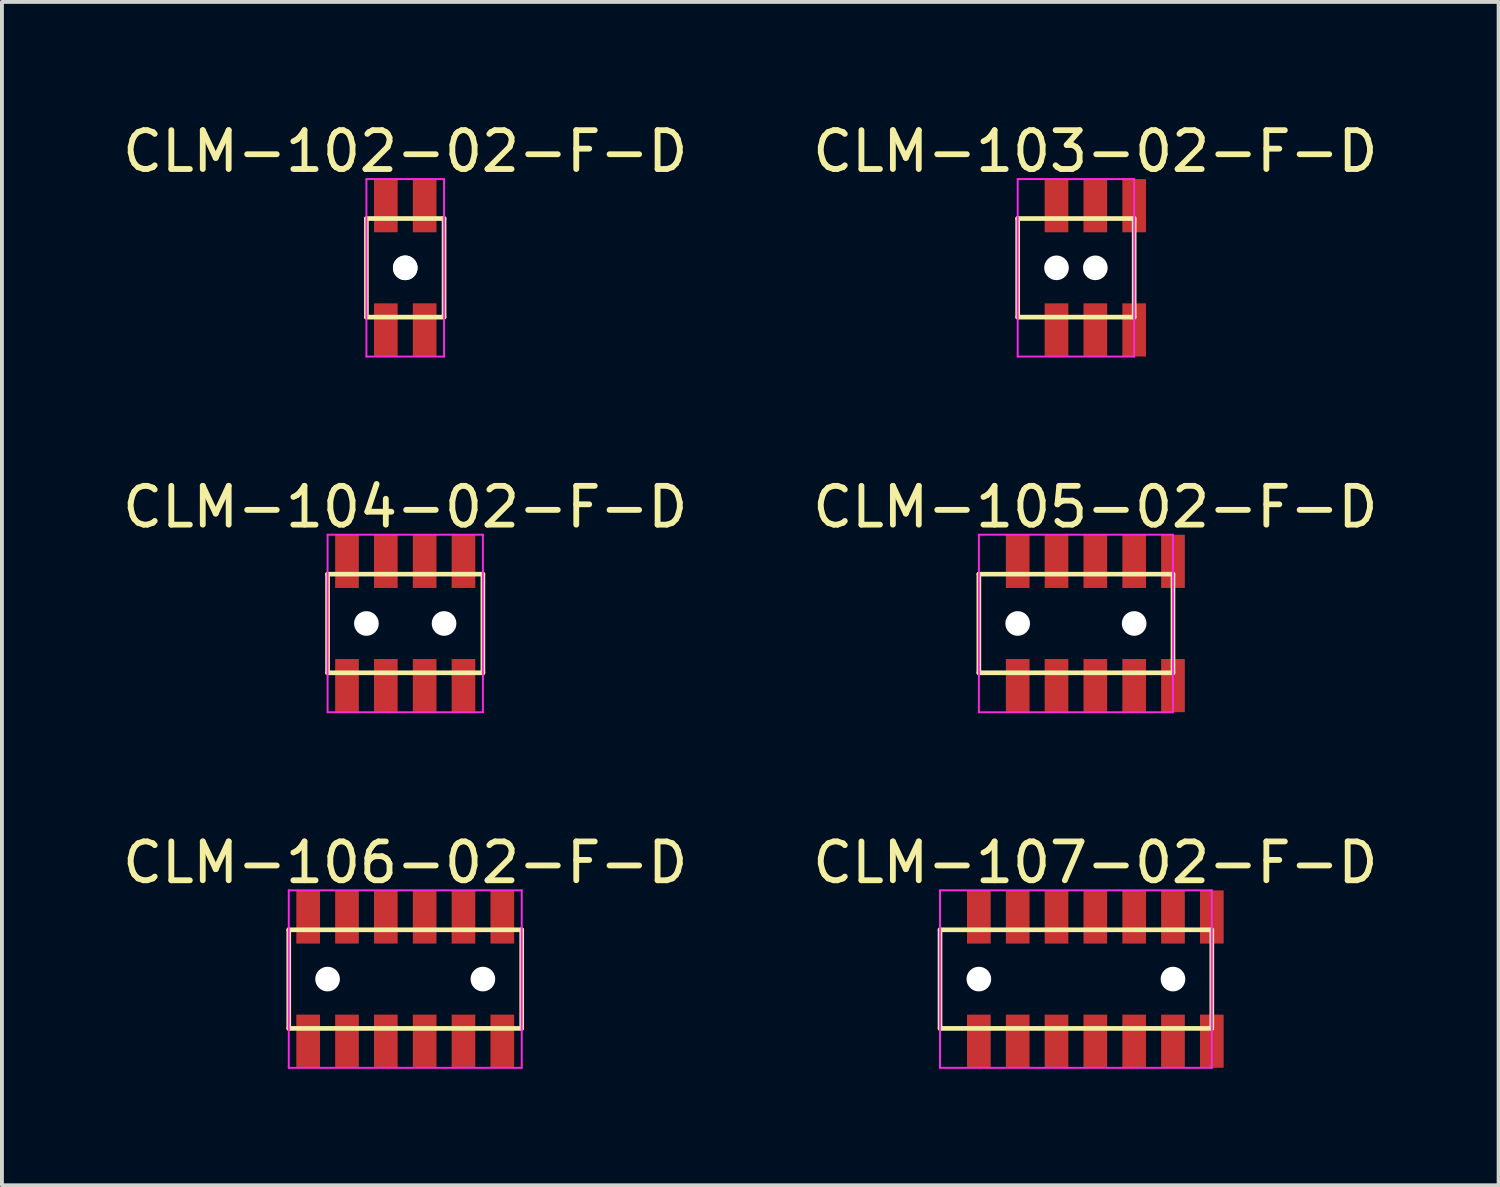
<source format=kicad_pcb>
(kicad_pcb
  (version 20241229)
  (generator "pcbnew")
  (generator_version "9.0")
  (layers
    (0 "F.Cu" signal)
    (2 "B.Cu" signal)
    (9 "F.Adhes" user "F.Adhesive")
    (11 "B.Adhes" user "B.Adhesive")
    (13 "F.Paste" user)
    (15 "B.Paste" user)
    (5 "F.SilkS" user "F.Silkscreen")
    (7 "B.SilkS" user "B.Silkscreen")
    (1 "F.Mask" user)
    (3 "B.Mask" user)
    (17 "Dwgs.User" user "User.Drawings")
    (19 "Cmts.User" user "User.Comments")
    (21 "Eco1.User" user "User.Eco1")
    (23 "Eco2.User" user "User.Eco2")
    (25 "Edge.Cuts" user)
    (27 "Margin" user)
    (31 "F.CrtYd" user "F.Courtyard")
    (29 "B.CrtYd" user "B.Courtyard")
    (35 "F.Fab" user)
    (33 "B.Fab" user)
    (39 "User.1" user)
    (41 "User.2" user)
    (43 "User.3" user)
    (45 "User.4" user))
  (footprint "CLM-105-02-F-D"
    (layer "F.Cu")
    (at 25.161 13.008)
    (property "Reference" "CLM-105-02-F-D" (at 0 -3 0) (layer "F.SilkS") (effects (font (size 1 1) (thickness 0.15))))
    (attr through_hole)
    (fp_line (start -3 -1.27) (end -3 1.27) (stroke (width 0.12) (type solid)) (layer "F.SilkS"))
    (fp_line (start -3 1.27) (end 2 1.27) (stroke (width 0.12) (type solid)) (layer "F.SilkS"))
    (fp_line (start 2 -1.27) (end -3 -1.27) (stroke (width 0.12) (type solid)) (layer "F.SilkS"))
    (fp_line (start 2 1.27) (end 2 -1.27) (stroke (width 0.12) (type solid)) (layer "F.SilkS"))
    (fp_line (start -3 -2.286) (end -3 2.286) (stroke (width 0.05) (type solid)) (layer "F.CrtYd"))
    (fp_line (start -3 2.286) (end 2 2.286) (stroke (width 0.05) (type solid)) (layer "F.CrtYd"))
    (fp_line (start 2 -2.286) (end -3 -2.286) (stroke (width 0.05) (type solid)) (layer "F.CrtYd"))
    (fp_line (start 2 2.286) (end 2 -2.286) (stroke (width 0.05) (type solid)) (layer "F.CrtYd"))
    (pad "" np_thru_hole circle (at -2 0) (size 0.635 0.635) (drill 0.635) (layers "*.Cu" "*.Mask"))
    (pad "" np_thru_hole circle (at 1 0) (size 0.635 0.635) (drill 0.635) (layers "*.Cu" "*.Mask"))
    (pad "1" smd rect (at -2 -1.6) (size 0.61 1.37) (layers "F.Cu" "F.Mask" "F.Paste"))
    (pad "2" smd rect (at -2 1.6) (size 0.61 1.37) (layers "F.Cu" "F.Mask" "F.Paste"))
    (pad "3" smd rect (at -1 -1.6) (size 0.61 1.37) (layers "F.Cu" "F.Mask" "F.Paste"))
    (pad "4" smd rect (at -1 1.6) (size 0.61 1.37) (layers "F.Cu" "F.Mask" "F.Paste"))
    (pad "5" smd rect (at 0 -1.6) (size 0.61 1.37) (layers "F.Cu" "F.Mask" "F.Paste"))
    (pad "6" smd rect (at 0 1.6) (size 0.61 1.37) (layers "F.Cu" "F.Mask" "F.Paste"))
    (pad "7" smd rect (at 1 -1.6) (size 0.61 1.37) (layers "F.Cu" "F.Mask" "F.Paste"))
    (pad "8" smd rect (at 1 1.6) (size 0.61 1.37) (layers "F.Cu" "F.Mask" "F.Paste"))
    (pad "9" smd rect (at 2 -1.6) (size 0.61 1.37) (layers "F.Cu" "F.Mask" "F.Paste"))
    (pad "10" smd rect (at 2 1.6) (size 0.61 1.37) (layers "F.Cu" "F.Mask" "F.Paste")))
  (footprint "CLM-103-02-F-D"
    (layer "F.Cu")
    (at 25.161 3.848)
    (property "Reference" "CLM-103-02-F-D" (at 0 -3 0) (layer "F.SilkS") (effects (font (size 1 1) (thickness 0.15))))
    (attr through_hole)
    (fp_line (start -2 -1.27) (end -2 1.27) (stroke (width 0.12) (type solid)) (layer "F.SilkS"))
    (fp_line (start -2 1.27) (end 1 1.27) (stroke (width 0.12) (type solid)) (layer "F.SilkS"))
    (fp_line (start 1 -1.27) (end -2 -1.27) (stroke (width 0.12) (type solid)) (layer "F.SilkS"))
    (fp_line (start 1 1.27) (end 1 -1.27) (stroke (width 0.12) (type solid)) (layer "F.SilkS"))
    (fp_line (start -2 -2.286) (end -2 2.286) (stroke (width 0.05) (type solid)) (layer "F.CrtYd"))
    (fp_line (start -2 2.286) (end 1 2.286) (stroke (width 0.05) (type solid)) (layer "F.CrtYd"))
    (fp_line (start 1 -2.286) (end -2 -2.286) (stroke (width 0.05) (type solid)) (layer "F.CrtYd"))
    (fp_line (start 1 2.286) (end 1 -2.286) (stroke (width 0.05) (type solid)) (layer "F.CrtYd"))
    (pad "" np_thru_hole circle (at -1 0) (size 0.635 0.635) (drill 0.635) (layers "*.Cu" "*.Mask"))
    (pad "" np_thru_hole circle (at 0 0) (size 0.635 0.635) (drill 0.635) (layers "*.Cu" "*.Mask"))
    (pad "1" smd rect (at -1 -1.6) (size 0.61 1.37) (layers "F.Cu" "F.Mask" "F.Paste"))
    (pad "2" smd rect (at -1 1.6) (size 0.61 1.37) (layers "F.Cu" "F.Mask" "F.Paste"))
    (pad "3" smd rect (at 0 -1.6) (size 0.61 1.37) (layers "F.Cu" "F.Mask" "F.Paste"))
    (pad "4" smd rect (at 0 1.6) (size 0.61 1.37) (layers "F.Cu" "F.Mask" "F.Paste"))
    (pad "5" smd rect (at 1 -1.6) (size 0.61 1.37) (layers "F.Cu" "F.Mask" "F.Paste"))
    (pad "6" smd rect (at 1 1.6) (size 0.61 1.37) (layers "F.Cu" "F.Mask" "F.Paste")))
  (footprint "CLM-106-02-F-D"
    (layer "F.Cu")
    (at 7.387 22.167)
    (property "Reference" "CLM-106-02-F-D" (at 0 -3 0) (layer "F.SilkS") (effects (font (size 1 1) (thickness 0.15))))
    (attr through_hole)
    (fp_line (start -3 -1.27) (end -3 1.27) (stroke (width 0.12) (type solid)) (layer "F.SilkS"))
    (fp_line (start -3 1.27) (end 3 1.27) (stroke (width 0.12) (type solid)) (layer "F.SilkS"))
    (fp_line (start 3 -1.27) (end -3 -1.27) (stroke (width 0.12) (type solid)) (layer "F.SilkS"))
    (fp_line (start 3 1.27) (end 3 -1.27) (stroke (width 0.12) (type solid)) (layer "F.SilkS"))
    (fp_line (start -3 -2.286) (end -3 2.286) (stroke (width 0.05) (type solid)) (layer "F.CrtYd"))
    (fp_line (start -3 2.286) (end 3 2.286) (stroke (width 0.05) (type solid)) (layer "F.CrtYd"))
    (fp_line (start 3 -2.286) (end -3 -2.286) (stroke (width 0.05) (type solid)) (layer "F.CrtYd"))
    (fp_line (start 3 2.286) (end 3 -2.286) (stroke (width 0.05) (type solid)) (layer "F.CrtYd"))
    (pad "" np_thru_hole circle (at -2 0) (size 0.635 0.635) (drill 0.635) (layers "*.Cu" "*.Mask"))
    (pad "" np_thru_hole circle (at 2 0) (size 0.635 0.635) (drill 0.635) (layers "*.Cu" "*.Mask"))
    (pad "1" smd rect (at -2.5 -1.6) (size 0.61 1.37) (layers "F.Cu" "F.Mask" "F.Paste"))
    (pad "2" smd rect (at -2.5 1.6) (size 0.61 1.37) (layers "F.Cu" "F.Mask" "F.Paste"))
    (pad "3" smd rect (at -1.5 -1.6) (size 0.61 1.37) (layers "F.Cu" "F.Mask" "F.Paste"))
    (pad "4" smd rect (at -1.5 1.6) (size 0.61 1.37) (layers "F.Cu" "F.Mask" "F.Paste"))
    (pad "5" smd rect (at -0.5 -1.6) (size 0.61 1.37) (layers "F.Cu" "F.Mask" "F.Paste"))
    (pad "6" smd rect (at -0.5 1.6) (size 0.61 1.37) (layers "F.Cu" "F.Mask" "F.Paste"))
    (pad "7" smd rect (at 0.5 -1.6) (size 0.61 1.37) (layers "F.Cu" "F.Mask" "F.Paste"))
    (pad "8" smd rect (at 0.5 1.6) (size 0.61 1.37) (layers "F.Cu" "F.Mask" "F.Paste"))
    (pad "9" smd rect (at 1.5 -1.6) (size 0.61 1.37) (layers "F.Cu" "F.Mask" "F.Paste"))
    (pad "10" smd rect (at 1.5 1.6) (size 0.61 1.37) (layers "F.Cu" "F.Mask" "F.Paste"))
    (pad "11" smd rect (at 2.5 -1.6) (size 0.61 1.37) (layers "F.Cu" "F.Mask" "F.Paste"))
    (pad "12" smd rect (at 2.5 1.6) (size 0.61 1.37) (layers "F.Cu" "F.Mask" "F.Paste")))
  (footprint "CLM-102-02-F-D"
    (layer "F.Cu")
    (at 7.387 3.848)
    (property "Reference" "CLM-102-02-F-D" (at 0 -3 0) (layer "F.SilkS") (effects (font (size 1 1) (thickness 0.15))))
    (attr through_hole)
    (fp_line (start -1 -1.27) (end -1 1.27) (stroke (width 0.12) (type solid)) (layer "F.SilkS"))
    (fp_line (start -1 1.27) (end 1 1.27) (stroke (width 0.12) (type solid)) (layer "F.SilkS"))
    (fp_line (start 1 -1.27) (end -1 -1.27) (stroke (width 0.12) (type solid)) (layer "F.SilkS"))
    (fp_line (start 1 1.27) (end 1 -1.27) (stroke (width 0.12) (type solid)) (layer "F.SilkS"))
    (fp_line (start -1 -2.286) (end -1 2.286) (stroke (width 0.05) (type solid)) (layer "F.CrtYd"))
    (fp_line (start -1 2.286) (end 1 2.286) (stroke (width 0.05) (type solid)) (layer "F.CrtYd"))
    (fp_line (start 1 -2.286) (end -1 -2.286) (stroke (width 0.05) (type solid)) (layer "F.CrtYd"))
    (fp_line (start 1 2.286) (end 1 -2.286) (stroke (width 0.05) (type solid)) (layer "F.CrtYd"))
    (pad "" np_thru_hole circle (at 0 0) (size 0.635 0.635) (drill 0.635) (layers "*.Cu" "*.Mask"))
    (pad "" np_thru_hole circle (at 0 0) (size 0.635 0.635) (drill 0.635) (layers "*.Cu" "*.Mask"))
    (pad "1" smd rect (at -0.5 -1.6) (size 0.61 1.37) (layers "F.Cu" "F.Mask" "F.Paste"))
    (pad "2" smd rect (at -0.5 1.6) (size 0.61 1.37) (layers "F.Cu" "F.Mask" "F.Paste"))
    (pad "3" smd rect (at 0.5 -1.6) (size 0.61 1.37) (layers "F.Cu" "F.Mask" "F.Paste"))
    (pad "4" smd rect (at 0.5 1.6) (size 0.61 1.37) (layers "F.Cu" "F.Mask" "F.Paste")))
  (footprint "CLM-104-02-F-D"
    (layer "F.Cu")
    (at 7.387 13.008)
    (property "Reference" "CLM-104-02-F-D" (at 0 -3 0) (layer "F.SilkS") (effects (font (size 1 1) (thickness 0.15))))
    (attr through_hole)
    (fp_line (start -2 -1.27) (end -2 1.27) (stroke (width 0.12) (type solid)) (layer "F.SilkS"))
    (fp_line (start -2 1.27) (end 2 1.27) (stroke (width 0.12) (type solid)) (layer "F.SilkS"))
    (fp_line (start 2 -1.27) (end -2 -1.27) (stroke (width 0.12) (type solid)) (layer "F.SilkS"))
    (fp_line (start 2 1.27) (end 2 -1.27) (stroke (width 0.12) (type solid)) (layer "F.SilkS"))
    (fp_line (start -2 -2.286) (end -2 2.286) (stroke (width 0.05) (type solid)) (layer "F.CrtYd"))
    (fp_line (start -2 2.286) (end 2 2.286) (stroke (width 0.05) (type solid)) (layer "F.CrtYd"))
    (fp_line (start 2 -2.286) (end -2 -2.286) (stroke (width 0.05) (type solid)) (layer "F.CrtYd"))
    (fp_line (start 2 2.286) (end 2 -2.286) (stroke (width 0.05) (type solid)) (layer "F.CrtYd"))
    (pad "" np_thru_hole circle (at -1 0) (size 0.635 0.635) (drill 0.635) (layers "*.Cu" "*.Mask"))
    (pad "" np_thru_hole circle (at 1 0) (size 0.635 0.635) (drill 0.635) (layers "*.Cu" "*.Mask"))
    (pad "1" smd rect (at -1.5 -1.6) (size 0.61 1.37) (layers "F.Cu" "F.Mask" "F.Paste"))
    (pad "2" smd rect (at -1.5 1.6) (size 0.61 1.37) (layers "F.Cu" "F.Mask" "F.Paste"))
    (pad "3" smd rect (at -0.5 -1.6) (size 0.61 1.37) (layers "F.Cu" "F.Mask" "F.Paste"))
    (pad "4" smd rect (at -0.5 1.6) (size 0.61 1.37) (layers "F.Cu" "F.Mask" "F.Paste"))
    (pad "5" smd rect (at 0.5 -1.6) (size 0.61 1.37) (layers "F.Cu" "F.Mask" "F.Paste"))
    (pad "6" smd rect (at 0.5 1.6) (size 0.61 1.37) (layers "F.Cu" "F.Mask" "F.Paste"))
    (pad "7" smd rect (at 1.5 -1.6) (size 0.61 1.37) (layers "F.Cu" "F.Mask" "F.Paste"))
    (pad "8" smd rect (at 1.5 1.6) (size 0.61 1.37) (layers "F.Cu" "F.Mask" "F.Paste")))
  (footprint "CLM-107-02-F-D"
    (layer "F.Cu")
    (at 25.161 22.167)
    (property "Reference" "CLM-107-02-F-D" (at 0 -3 0) (layer "F.SilkS") (effects (font (size 1 1) (thickness 0.15))))
    (attr through_hole)
    (fp_line (start -4 -1.27) (end -4 1.27) (stroke (width 0.12) (type solid)) (layer "F.SilkS"))
    (fp_line (start -4 1.27) (end 3 1.27) (stroke (width 0.12) (type solid)) (layer "F.SilkS"))
    (fp_line (start 3 -1.27) (end -4 -1.27) (stroke (width 0.12) (type solid)) (layer "F.SilkS"))
    (fp_line (start 3 1.27) (end 3 -1.27) (stroke (width 0.12) (type solid)) (layer "F.SilkS"))
    (fp_line (start -4 -2.286) (end -4 2.286) (stroke (width 0.05) (type solid)) (layer "F.CrtYd"))
    (fp_line (start -4 2.286) (end 3 2.286) (stroke (width 0.05) (type solid)) (layer "F.CrtYd"))
    (fp_line (start 3 -2.286) (end -4 -2.286) (stroke (width 0.05) (type solid)) (layer "F.CrtYd"))
    (fp_line (start 3 2.286) (end 3 -2.286) (stroke (width 0.05) (type solid)) (layer "F.CrtYd"))
    (pad "" np_thru_hole circle (at -3 0) (size 0.635 0.635) (drill 0.635) (layers "*.Cu" "*.Mask"))
    (pad "" np_thru_hole circle (at 2 0) (size 0.635 0.635) (drill 0.635) (layers "*.Cu" "*.Mask"))
    (pad "1" smd rect (at -3 -1.6) (size 0.61 1.37) (layers "F.Cu" "F.Mask" "F.Paste"))
    (pad "2" smd rect (at -3 1.6) (size 0.61 1.37) (layers "F.Cu" "F.Mask" "F.Paste"))
    (pad "3" smd rect (at -2 -1.6) (size 0.61 1.37) (layers "F.Cu" "F.Mask" "F.Paste"))
    (pad "4" smd rect (at -2 1.6) (size 0.61 1.37) (layers "F.Cu" "F.Mask" "F.Paste"))
    (pad "5" smd rect (at -1 -1.6) (size 0.61 1.37) (layers "F.Cu" "F.Mask" "F.Paste"))
    (pad "6" smd rect (at -1 1.6) (size 0.61 1.37) (layers "F.Cu" "F.Mask" "F.Paste"))
    (pad "7" smd rect (at 0 -1.6) (size 0.61 1.37) (layers "F.Cu" "F.Mask" "F.Paste"))
    (pad "8" smd rect (at 0 1.6) (size 0.61 1.37) (layers "F.Cu" "F.Mask" "F.Paste"))
    (pad "9" smd rect (at 1 -1.6) (size 0.61 1.37) (layers "F.Cu" "F.Mask" "F.Paste"))
    (pad "10" smd rect (at 1 1.6) (size 0.61 1.37) (layers "F.Cu" "F.Mask" "F.Paste"))
    (pad "11" smd rect (at 2 -1.6) (size 0.61 1.37) (layers "F.Cu" "F.Mask" "F.Paste"))
    (pad "12" smd rect (at 2 1.6) (size 0.61 1.37) (layers "F.Cu" "F.Mask" "F.Paste"))
    (pad "13" smd rect (at 3 -1.6) (size 0.61 1.37) (layers "F.Cu" "F.Mask" "F.Paste"))
    (pad "14" smd rect (at 3 1.6) (size 0.61 1.37) (layers "F.Cu" "F.Mask" "F.Paste")))
  (gr_rect
    (start -3 -3)
    (end 35.548 27.478)
    (stroke (width 0.1) (type default))
    (fill no)
    (layer "Edge.Cuts")))
</source>
